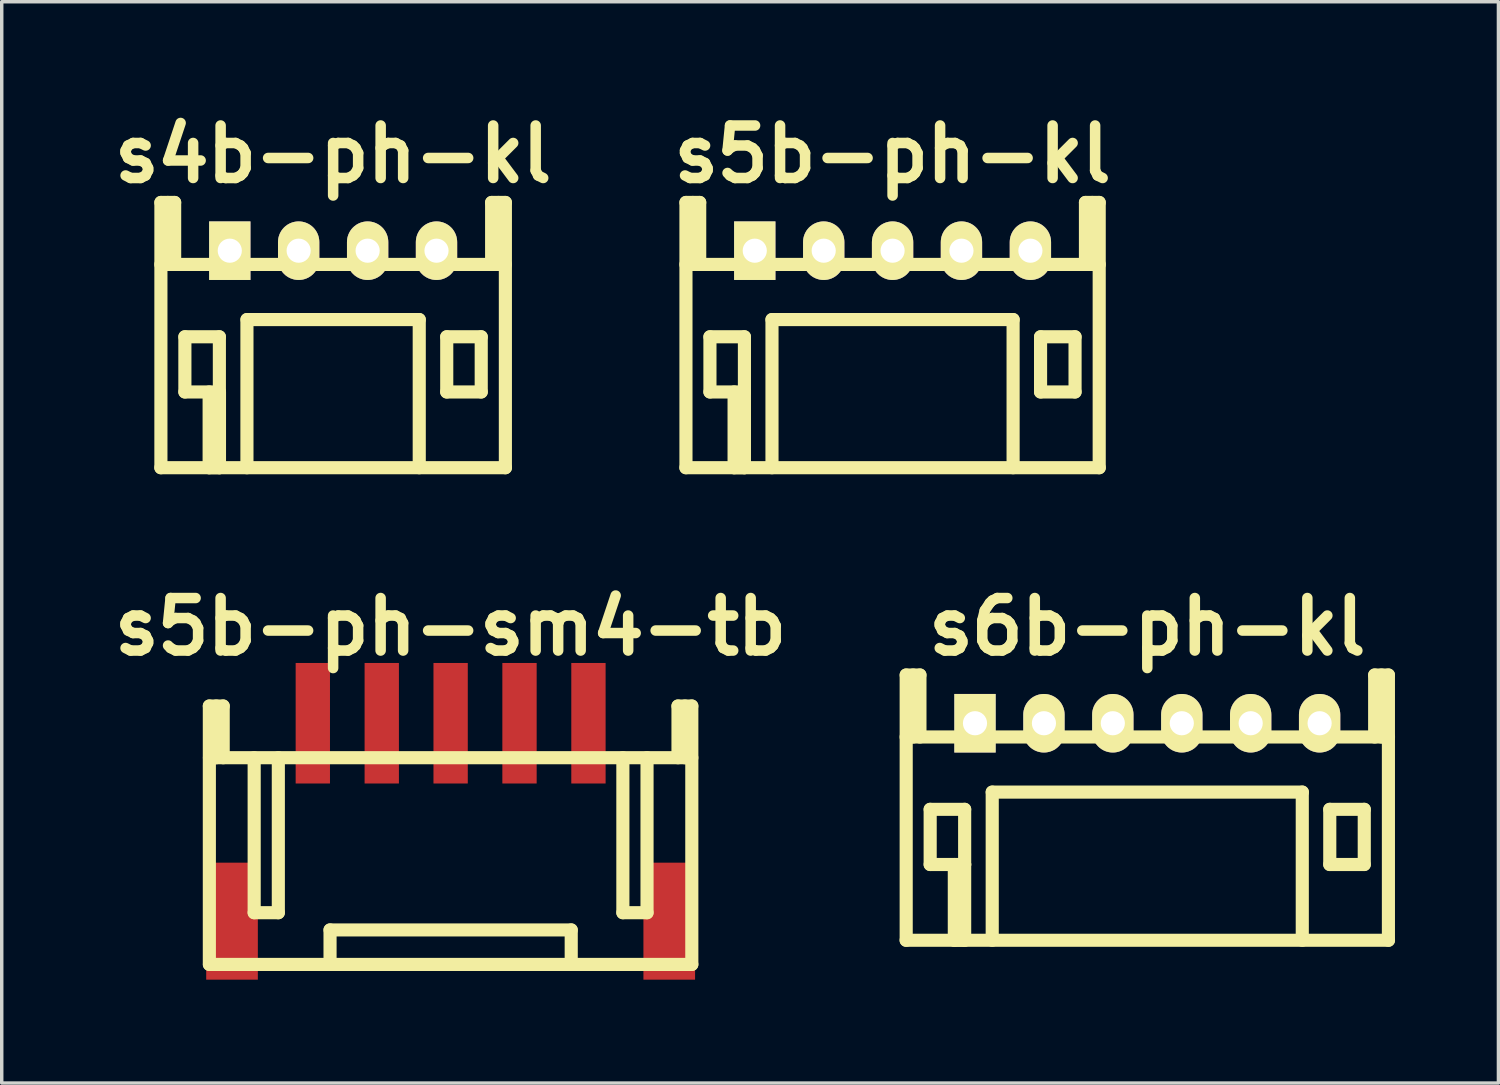
<source format=kicad_pcb>
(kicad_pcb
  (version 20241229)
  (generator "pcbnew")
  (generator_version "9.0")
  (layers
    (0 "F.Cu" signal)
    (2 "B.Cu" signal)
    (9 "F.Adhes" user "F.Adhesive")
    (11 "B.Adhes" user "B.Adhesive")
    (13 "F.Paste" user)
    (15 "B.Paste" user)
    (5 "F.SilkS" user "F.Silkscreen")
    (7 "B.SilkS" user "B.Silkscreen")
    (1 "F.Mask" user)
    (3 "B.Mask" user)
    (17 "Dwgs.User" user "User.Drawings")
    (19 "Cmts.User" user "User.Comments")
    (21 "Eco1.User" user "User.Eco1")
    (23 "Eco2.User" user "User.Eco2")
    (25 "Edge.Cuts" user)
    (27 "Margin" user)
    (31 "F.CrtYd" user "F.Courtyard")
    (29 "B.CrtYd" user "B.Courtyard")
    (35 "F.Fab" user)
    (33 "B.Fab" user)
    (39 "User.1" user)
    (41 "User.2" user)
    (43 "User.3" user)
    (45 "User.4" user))
  (footprint "s5b-ph-kl"
    (layer "F.Cu")
    (at 22.856 4.226)
    (property "Reference" "s5b-ph-kl" (at 0 -2.799 0) (layer "F.SilkS") (effects (font (size 1.524 1.524) (thickness 0.305))))
    (attr through_hole)
    (fp_line (start -5.999 0.399) (end 5.999 0.399) (stroke (width 0.381) (type solid)) (layer "F.SilkS"))
    (fp_line (start -5.999 6.299) (end 5.999 6.299) (stroke (width 0.381) (type solid)) (layer "F.SilkS"))
    (fp_line (start -5.997 -1.4) (end -5.997 6.299) (stroke (width 0.381) (type solid)) (layer "F.SilkS"))
    (fp_line (start -5.796 -1.4) (end -5.796 0.399) (stroke (width 0.381) (type solid)) (layer "F.SilkS"))
    (fp_line (start -5.598 -1.4) (end -5.997 -1.4) (stroke (width 0.381) (type solid)) (layer "F.SilkS"))
    (fp_line (start -5.598 0.399) (end -5.598 -1.4) (stroke (width 0.381) (type solid)) (layer "F.SilkS"))
    (fp_line (start -5.301 2.499) (end -4.3 2.499) (stroke (width 0.381) (type solid)) (layer "F.SilkS"))
    (fp_line (start -5.301 4.1) (end -5.301 2.499) (stroke (width 0.381) (type solid)) (layer "F.SilkS"))
    (fp_line (start -4.6 6.299) (end -4.6 4.1) (stroke (width 0.381) (type solid)) (layer "F.SilkS"))
    (fp_line (start -4.3 2.499) (end -4.3 4.1) (stroke (width 0.381) (type solid)) (layer "F.SilkS"))
    (fp_line (start -4.3 4.1) (end -5.301 4.1) (stroke (width 0.381) (type solid)) (layer "F.SilkS"))
    (fp_line (start -4.3 4.1) (end -4.3 6.299) (stroke (width 0.381) (type solid)) (layer "F.SilkS"))
    (fp_line (start -4.3 6.299) (end -4.6 6.299) (stroke (width 0.381) (type solid)) (layer "F.SilkS"))
    (fp_line (start -3.5 1.999) (end -3.5 6.299) (stroke (width 0.381) (type solid)) (layer "F.SilkS"))
    (fp_line (start -3.5 1.999) (end 3.5 1.999) (stroke (width 0.381) (type solid)) (layer "F.SilkS"))
    (fp_line (start 3.498 1.999) (end 3.498 6.299) (stroke (width 0.381) (type solid)) (layer "F.SilkS"))
    (fp_line (start 4.295 2.499) (end 5.296 2.499) (stroke (width 0.381) (type solid)) (layer "F.SilkS"))
    (fp_line (start 4.295 4.1) (end 4.295 2.499) (stroke (width 0.381) (type solid)) (layer "F.SilkS"))
    (fp_line (start 5.296 2.499) (end 5.296 4.1) (stroke (width 0.381) (type solid)) (layer "F.SilkS"))
    (fp_line (start 5.296 4.1) (end 4.295 4.1) (stroke (width 0.381) (type solid)) (layer "F.SilkS"))
    (fp_line (start 5.598 -1.4) (end 5.598 0.399) (stroke (width 0.381) (type solid)) (layer "F.SilkS"))
    (fp_line (start 5.796 -1.4) (end 5.796 0.399) (stroke (width 0.381) (type solid)) (layer "F.SilkS"))
    (fp_line (start 5.997 -1.4) (end 5.598 -1.4) (stroke (width 0.381) (type solid)) (layer "F.SilkS"))
    (fp_line (start 5.997 6.299) (end 5.997 -1.4) (stroke (width 0.381) (type solid)) (layer "F.SilkS"))
    (pad "1" thru_hole rect (at -4 0) (size 1.199 1.699) (drill 0.701) (layers "*.Cu" "*.Mask" "F.SilkS"))
    (pad "2" thru_hole oval (at -1.999 0) (size 1.199 1.699) (drill 0.701) (layers "*.Cu" "*.Mask" "F.SilkS"))
    (pad "3" thru_hole oval (at 0 0) (size 1.199 1.699) (drill 0.701) (layers "*.Cu" "*.Mask" "F.SilkS"))
    (pad "4" thru_hole oval (at 1.999 0) (size 1.199 1.699) (drill 0.701) (layers "*.Cu" "*.Mask" "F.SilkS"))
    (pad "5" thru_hole oval (at 4 0) (size 1.199 1.699) (drill 0.701) (layers "*.Cu" "*.Mask" "F.SilkS")))
  (footprint "s4b-ph-kl"
    (layer "F.Cu")
    (at 6.619 4.226)
    (property "Reference" "s4b-ph-kl" (at 0 -2.799 0) (layer "F.SilkS") (effects (font (size 1.524 1.524) (thickness 0.305))))
    (attr through_hole)
    (fp_line (start -5.001 0.399) (end 5.001 0.399) (stroke (width 0.381) (type solid)) (layer "F.SilkS"))
    (fp_line (start -5.001 6.299) (end 5.001 6.299) (stroke (width 0.381) (type solid)) (layer "F.SilkS"))
    (fp_line (start -4.999 -1.4) (end -4.999 6.299) (stroke (width 0.381) (type solid)) (layer "F.SilkS"))
    (fp_line (start -4.798 -1.4) (end -4.798 0.399) (stroke (width 0.381) (type solid)) (layer "F.SilkS"))
    (fp_line (start -4.6 -1.4) (end -4.999 -1.4) (stroke (width 0.381) (type solid)) (layer "F.SilkS"))
    (fp_line (start -4.6 0.399) (end -4.6 -1.4) (stroke (width 0.381) (type solid)) (layer "F.SilkS"))
    (fp_line (start -4.303 2.499) (end -3.302 2.499) (stroke (width 0.381) (type solid)) (layer "F.SilkS"))
    (fp_line (start -4.303 4.1) (end -4.303 2.499) (stroke (width 0.381) (type solid)) (layer "F.SilkS"))
    (fp_line (start -3.599 6.299) (end -3.599 4.1) (stroke (width 0.381) (type solid)) (layer "F.SilkS"))
    (fp_line (start -3.302 2.499) (end -3.302 4.1) (stroke (width 0.381) (type solid)) (layer "F.SilkS"))
    (fp_line (start -3.302 4.1) (end -4.303 4.1) (stroke (width 0.381) (type solid)) (layer "F.SilkS"))
    (fp_line (start -3.299 4.1) (end -3.299 6.299) (stroke (width 0.381) (type solid)) (layer "F.SilkS"))
    (fp_line (start -3.299 6.299) (end -3.599 6.299) (stroke (width 0.381) (type solid)) (layer "F.SilkS"))
    (fp_line (start -2.502 1.999) (end -2.502 6.299) (stroke (width 0.381) (type solid)) (layer "F.SilkS"))
    (fp_line (start 2.499 1.999) (end -2.499 1.999) (stroke (width 0.381) (type solid)) (layer "F.SilkS"))
    (fp_line (start 2.499 1.999) (end 2.499 6.299) (stroke (width 0.381) (type solid)) (layer "F.SilkS"))
    (fp_line (start 3.297 2.499) (end 4.298 2.499) (stroke (width 0.381) (type solid)) (layer "F.SilkS"))
    (fp_line (start 3.297 4.1) (end 3.297 2.499) (stroke (width 0.381) (type solid)) (layer "F.SilkS"))
    (fp_line (start 4.298 2.499) (end 4.298 4.1) (stroke (width 0.381) (type solid)) (layer "F.SilkS"))
    (fp_line (start 4.298 4.1) (end 3.297 4.1) (stroke (width 0.381) (type solid)) (layer "F.SilkS"))
    (fp_line (start 4.6 -1.4) (end 4.6 0.399) (stroke (width 0.381) (type solid)) (layer "F.SilkS"))
    (fp_line (start 4.798 -1.4) (end 4.798 0.399) (stroke (width 0.381) (type solid)) (layer "F.SilkS"))
    (fp_line (start 4.999 -1.4) (end 4.6 -1.4) (stroke (width 0.381) (type solid)) (layer "F.SilkS"))
    (fp_line (start 4.999 6.299) (end 4.999 -1.4) (stroke (width 0.381) (type solid)) (layer "F.SilkS"))
    (pad "1" thru_hole rect (at -3 0) (size 1.199 1.699) (drill 0.701) (layers "*.Cu" "*.Mask" "F.SilkS"))
    (pad "2" thru_hole oval (at -1.001 0) (size 1.199 1.699) (drill 0.701) (layers "*.Cu" "*.Mask" "F.SilkS"))
    (pad "3" thru_hole oval (at 1.001 0) (size 1.199 1.699) (drill 0.701) (layers "*.Cu" "*.Mask" "F.SilkS"))
    (pad "4" thru_hole oval (at 3 0) (size 1.199 1.699) (drill 0.701) (layers "*.Cu" "*.Mask" "F.SilkS")))
  (footprint "s6b-ph-kl"
    (layer "F.Cu")
    (at 30.249 17.941)
    (property "Reference" "s6b-ph-kl" (at 0 -2.799 0) (layer "F.SilkS") (effects (font (size 1.524 1.524) (thickness 0.305))))
    (attr through_hole)
    (fp_line (start -7 6.299) (end 7 6.299) (stroke (width 0.381) (type solid)) (layer "F.SilkS"))
    (fp_line (start -6.998 -1.4) (end -6.998 6.299) (stroke (width 0.381) (type solid)) (layer "F.SilkS"))
    (fp_line (start -6.797 -1.4) (end -6.797 0.399) (stroke (width 0.381) (type solid)) (layer "F.SilkS"))
    (fp_line (start -6.599 -1.4) (end -6.998 -1.4) (stroke (width 0.381) (type solid)) (layer "F.SilkS"))
    (fp_line (start -6.599 0.399) (end -6.599 -1.4) (stroke (width 0.381) (type solid)) (layer "F.SilkS"))
    (fp_line (start -6.302 2.499) (end -5.301 2.499) (stroke (width 0.381) (type solid)) (layer "F.SilkS"))
    (fp_line (start -6.302 4.1) (end -6.302 2.499) (stroke (width 0.381) (type solid)) (layer "F.SilkS"))
    (fp_line (start -5.601 6.299) (end -5.601 4.1) (stroke (width 0.381) (type solid)) (layer "F.SilkS"))
    (fp_line (start -5.301 2.499) (end -5.301 4.1) (stroke (width 0.381) (type solid)) (layer "F.SilkS"))
    (fp_line (start -5.301 4.1) (end -6.302 4.1) (stroke (width 0.381) (type solid)) (layer "F.SilkS"))
    (fp_line (start -5.301 4.1) (end -5.301 6.299) (stroke (width 0.381) (type solid)) (layer "F.SilkS"))
    (fp_line (start -5.301 6.299) (end -5.601 6.299) (stroke (width 0.381) (type solid)) (layer "F.SilkS"))
    (fp_line (start -4.501 1.999) (end -4.501 6.299) (stroke (width 0.381) (type solid)) (layer "F.SilkS"))
    (fp_line (start -4.501 1.999) (end 4.501 1.999) (stroke (width 0.381) (type solid)) (layer "F.SilkS"))
    (fp_line (start 4.498 1.999) (end 4.498 6.299) (stroke (width 0.381) (type solid)) (layer "F.SilkS"))
    (fp_line (start 5.296 2.499) (end 6.297 2.499) (stroke (width 0.381) (type solid)) (layer "F.SilkS"))
    (fp_line (start 5.296 4.1) (end 5.296 2.499) (stroke (width 0.381) (type solid)) (layer "F.SilkS"))
    (fp_line (start 6.297 2.499) (end 6.297 4.1) (stroke (width 0.381) (type solid)) (layer "F.SilkS"))
    (fp_line (start 6.297 4.1) (end 5.296 4.1) (stroke (width 0.381) (type solid)) (layer "F.SilkS"))
    (fp_line (start 6.599 -1.4) (end 6.599 0.399) (stroke (width 0.381) (type solid)) (layer "F.SilkS"))
    (fp_line (start 6.797 -1.4) (end 6.797 0.399) (stroke (width 0.381) (type solid)) (layer "F.SilkS"))
    (fp_line (start 6.998 -1.4) (end 6.599 -1.4) (stroke (width 0.381) (type solid)) (layer "F.SilkS"))
    (fp_line (start 6.998 6.299) (end 6.998 -1.4) (stroke (width 0.381) (type solid)) (layer "F.SilkS"))
    (fp_line (start 7 0.399) (end -7 0.399) (stroke (width 0.381) (type solid)) (layer "F.SilkS"))
    (pad "1" thru_hole rect (at -5.001 0) (size 1.199 1.699) (drill 0.701) (layers "*.Cu" "*.Mask" "F.SilkS"))
    (pad "2" thru_hole oval (at -3 0) (size 1.199 1.699) (drill 0.701) (layers "*.Cu" "*.Mask" "F.SilkS"))
    (pad "3" thru_hole oval (at -1.001 0) (size 1.199 1.699) (drill 0.701) (layers "*.Cu" "*.Mask" "F.SilkS"))
    (pad "4" thru_hole oval (at 1.001 0) (size 1.199 1.699) (drill 0.701) (layers "*.Cu" "*.Mask" "F.SilkS"))
    (pad "5" thru_hole oval (at 3 0) (size 1.199 1.699) (drill 0.701) (layers "*.Cu" "*.Mask" "F.SilkS"))
    (pad "6" thru_hole oval (at 5.001 0) (size 1.199 1.699) (drill 0.701) (layers "*.Cu" "*.Mask" "F.SilkS")))
  (footprint "s5b-ph-sm4-tb"
    (layer "F.Cu")
    (at 10.029 17.941)
    (property "Reference" "s5b-ph-sm4-tb" (at 0 -2.799 0) (layer "F.SilkS") (effects (font (size 1.524 1.524) (thickness 0.305))))
    (attr through_hole)
    (fp_line (start -7.003 7) (end -7.003 -0.5) (stroke (width 0.381) (type solid)) (layer "F.SilkS"))
    (fp_line (start -7 7) (end 7 7) (stroke (width 0.381) (type solid)) (layer "F.SilkS"))
    (fp_line (start -6.802 -0.5) (end -6.802 1.001) (stroke (width 0.381) (type solid)) (layer "F.SilkS"))
    (fp_line (start -6.601 -0.5) (end -7.003 -0.5) (stroke (width 0.381) (type solid)) (layer "F.SilkS"))
    (fp_line (start -6.601 1.001) (end -6.601 -0.5) (stroke (width 0.381) (type solid)) (layer "F.SilkS"))
    (fp_line (start -5.702 5.499) (end -5.702 1.001) (stroke (width 0.381) (type solid)) (layer "F.SilkS"))
    (fp_line (start -5.001 1.001) (end -5.001 5.499) (stroke (width 0.381) (type solid)) (layer "F.SilkS"))
    (fp_line (start -5.001 5.499) (end -5.702 5.499) (stroke (width 0.381) (type solid)) (layer "F.SilkS"))
    (fp_line (start -3.5 7) (end -3.5 5.999) (stroke (width 0.381) (type solid)) (layer "F.SilkS"))
    (fp_line (start 3.5 5.999) (end -3.5 5.999) (stroke (width 0.381) (type solid)) (layer "F.SilkS"))
    (fp_line (start 3.5 5.999) (end 3.5 6.998) (stroke (width 0.381) (type solid)) (layer "F.SilkS"))
    (fp_line (start 4.999 1.001) (end 4.999 5.499) (stroke (width 0.381) (type solid)) (layer "F.SilkS"))
    (fp_line (start 4.999 5.499) (end 5.7 5.499) (stroke (width 0.381) (type solid)) (layer "F.SilkS"))
    (fp_line (start 5.7 5.499) (end 5.7 1.001) (stroke (width 0.381) (type solid)) (layer "F.SilkS"))
    (fp_line (start 6.599 -0.5) (end 6.599 1.001) (stroke (width 0.381) (type solid)) (layer "F.SilkS"))
    (fp_line (start 6.8 1.001) (end 6.8 -0.5) (stroke (width 0.381) (type solid)) (layer "F.SilkS"))
    (fp_line (start 7 -0.5) (end 6.599 -0.5) (stroke (width 0.381) (type solid)) (layer "F.SilkS"))
    (fp_line (start 7 -0.5) (end 7 7) (stroke (width 0.381) (type solid)) (layer "F.SilkS"))
    (fp_line (start 7 1.001) (end -7 1.001) (stroke (width 0.381) (type solid)) (layer "F.SilkS"))
    (pad "" smd rect (at -6.345 5.745) (size 1.499 3.396) (layers "F.Cu" "F.Mask" "F.Paste"))
    (pad "" smd rect (at 6.345 5.745) (size 1.499 3.396) (layers "F.Cu" "F.Mask" "F.Paste"))
    (pad "1" smd rect (at -4 0) (size 0.996 3.498) (layers "F.Cu" "F.Mask" "F.Paste"))
    (pad "2" smd rect (at -1.999 0) (size 0.996 3.498) (layers "F.Cu" "F.Mask" "F.Paste"))
    (pad "3" smd rect (at 0 0) (size 0.996 3.498) (layers "F.Cu" "F.Mask" "F.Paste"))
    (pad "4" smd rect (at 1.999 0) (size 0.996 3.498) (layers "F.Cu" "F.Mask" "F.Paste"))
    (pad "5" smd rect (at 4 0) (size 0.996 3.498) (layers "F.Cu" "F.Mask" "F.Paste")))
  (gr_rect
    (start -3 -3)
    (end 40.44 28.384)
    (stroke (width 0.1) (type default))
    (fill no)
    (layer "Edge.Cuts")))
</source>
